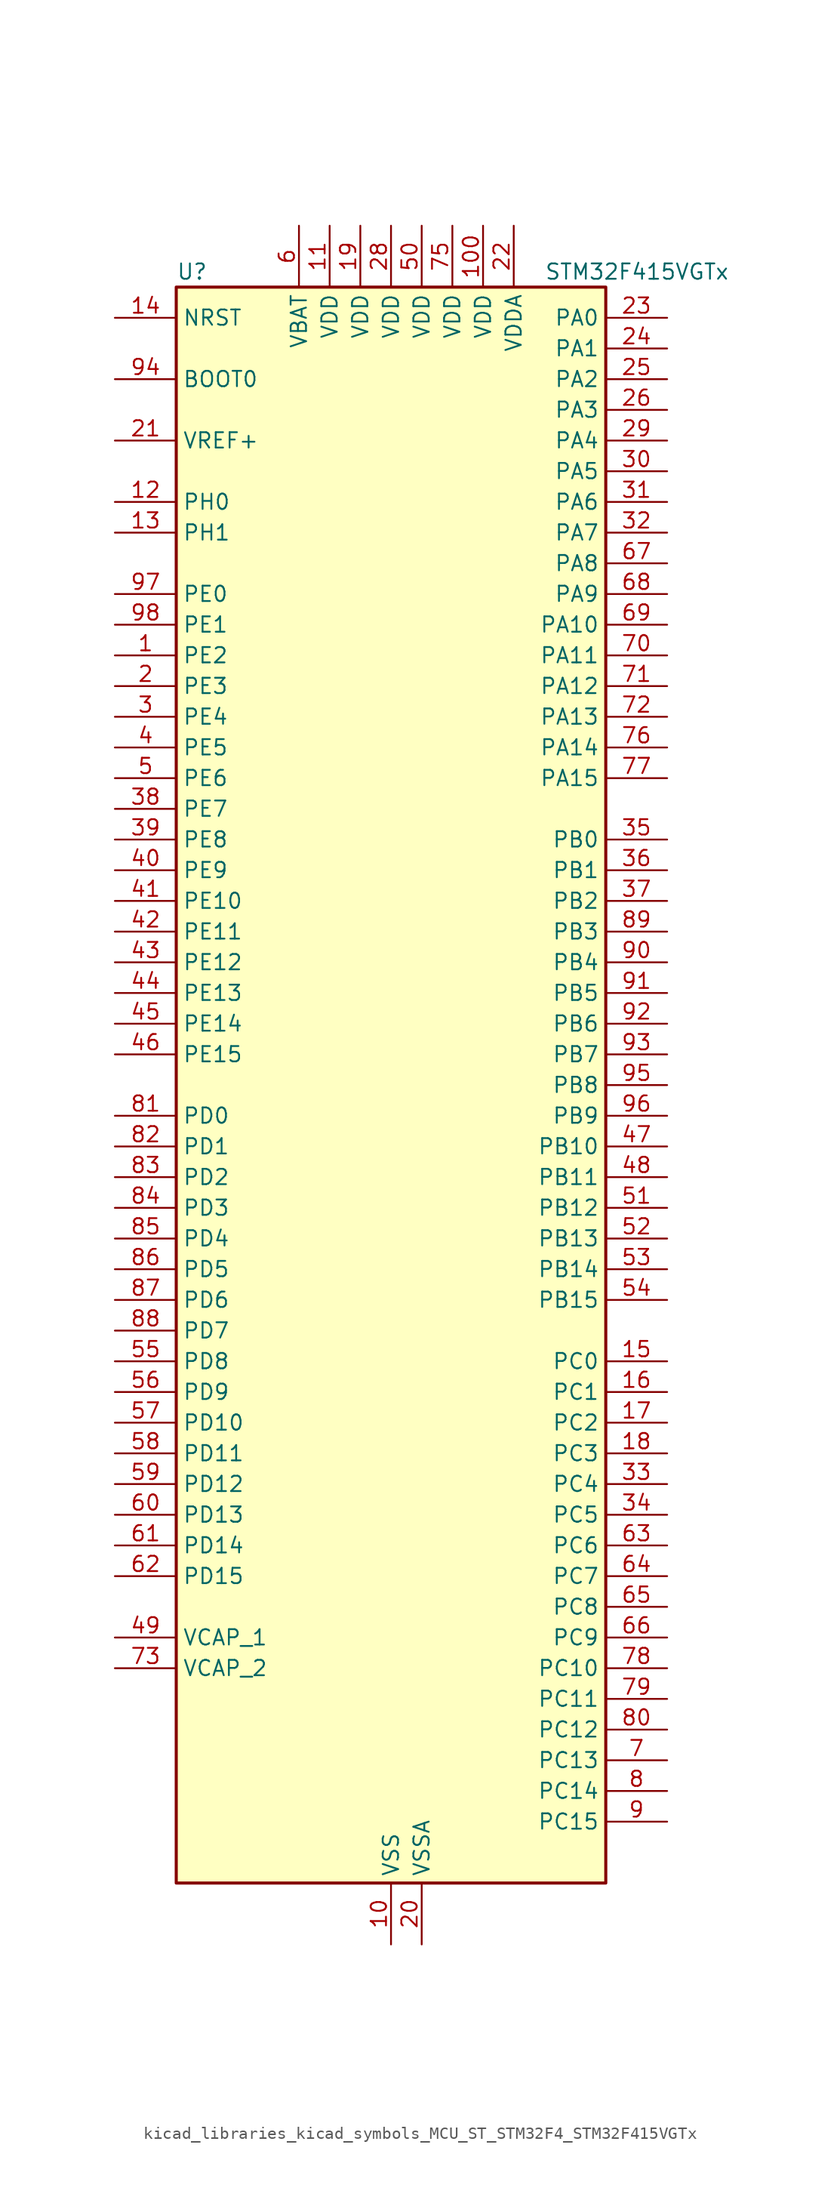
<source format=kicad_sym>
(kicad_symbol_lib
  (version 20220914)
  (generator kicad_symbol_editor)
  (symbol "kicad_libraries_kicad_symbols_MCU_ST_STM32F4_STM32F415VGTx"
    (property "Reference" "U"
      (at -17.78 67.31 0)
      (effects (font (size 1.27 1.27)) (justify left)))
    (property "Value" "STM32F415VGTx"
      (at 12.7 67.31 0)
      (effects (font (size 1.27 1.27)) (justify left)))
    (property "ki_locked" ""
      (at 0 0 0)
      (effects (font (size 1.27 1.27))))
    (symbol "kicad_libraries_kicad_symbols_MCU_ST_STM32F4_STM32F415VGTx_0_1"
      (rectangle (start -17.78 -66.04) (end 17.78 66.04) (stroke (width 0.254) (type default)) (fill (type background))))
    (symbol "kicad_libraries_kicad_symbols_MCU_ST_STM32F4_STM32F415VGTx_1_1"
      (pin bidirectional line (at -22.86 35.56 0) (length 5.08) (name "PE2" (effects (font (size 1.27 1.27)))) (number "1" (effects (font (size 1.27 1.27)))) (alternate "FSMC_A23" bidirectional line) (alternate "SYS_TRACECLK" bidirectional line))
      (pin power_in line (at 0 -71.12 90) (length 5.08) (name "VSS" (effects (font (size 1.27 1.27)))) (number "10" (effects (font (size 1.27 1.27)))))
      (pin power_in line (at 7.62 71.12 270) (length 5.08) (name "VDD" (effects (font (size 1.27 1.27)))) (number "100" (effects (font (size 1.27 1.27)))))
      (pin power_in line (at -5.08 71.12 270) (length 5.08) (name "VDD" (effects (font (size 1.27 1.27)))) (number "11" (effects (font (size 1.27 1.27)))))
      (pin bidirectional line (at -22.86 48.26 0) (length 5.08) (name "PH0" (effects (font (size 1.27 1.27)))) (number "12" (effects (font (size 1.27 1.27)))) (alternate "RCC_OSC_IN" bidirectional line))
      (pin bidirectional line (at -22.86 45.72 0) (length 5.08) (name "PH1" (effects (font (size 1.27 1.27)))) (number "13" (effects (font (size 1.27 1.27)))) (alternate "RCC_OSC_OUT" bidirectional line))
      (pin input line (at -22.86 63.5 0) (length 5.08) (name "NRST" (effects (font (size 1.27 1.27)))) (number "14" (effects (font (size 1.27 1.27)))))
      (pin bidirectional line (at 22.86 -22.86 180) (length 5.08) (name "PC0" (effects (font (size 1.27 1.27)))) (number "15" (effects (font (size 1.27 1.27)))) (alternate "ADC1_IN10" bidirectional line) (alternate "ADC2_IN10" bidirectional line) (alternate "ADC3_IN10" bidirectional line) (alternate "USB_OTG_HS_ULPI_STP" bidirectional line))
      (pin bidirectional line (at 22.86 -25.4 180) (length 5.08) (name "PC1" (effects (font (size 1.27 1.27)))) (number "16" (effects (font (size 1.27 1.27)))) (alternate "ADC1_IN11" bidirectional line) (alternate "ADC2_IN11" bidirectional line) (alternate "ADC3_IN11" bidirectional line))
      (pin bidirectional line (at 22.86 -27.94 180) (length 5.08) (name "PC2" (effects (font (size 1.27 1.27)))) (number "17" (effects (font (size 1.27 1.27)))) (alternate "ADC1_IN12" bidirectional line) (alternate "ADC2_IN12" bidirectional line) (alternate "ADC3_IN12" bidirectional line) (alternate "I2S2_ext_SD" bidirectional line) (alternate "SPI2_MISO" bidirectional line) (alternate "USB_OTG_HS_ULPI_DIR" bidirectional line))
      (pin bidirectional line (at 22.86 -30.48 180) (length 5.08) (name "PC3" (effects (font (size 1.27 1.27)))) (number "18" (effects (font (size 1.27 1.27)))) (alternate "ADC1_IN13" bidirectional line) (alternate "ADC2_IN13" bidirectional line) (alternate "ADC3_IN13" bidirectional line) (alternate "I2S2_SD" bidirectional line) (alternate "SPI2_MOSI" bidirectional line) (alternate "USB_OTG_HS_ULPI_NXT" bidirectional line))
      (pin power_in line (at -2.54 71.12 270) (length 5.08) (name "VDD" (effects (font (size 1.27 1.27)))) (number "19" (effects (font (size 1.27 1.27)))))
      (pin bidirectional line (at -22.86 33.02 0) (length 5.08) (name "PE3" (effects (font (size 1.27 1.27)))) (number "2" (effects (font (size 1.27 1.27)))) (alternate "FSMC_A19" bidirectional line) (alternate "SYS_TRACED0" bidirectional line))
      (pin power_in line (at 2.54 -71.12 90) (length 5.08) (name "VSSA" (effects (font (size 1.27 1.27)))) (number "20" (effects (font (size 1.27 1.27)))))
      (pin input line (at -22.86 53.34 0) (length 5.08) (name "VREF+" (effects (font (size 1.27 1.27)))) (number "21" (effects (font (size 1.27 1.27)))))
      (pin power_in line (at 10.16 71.12 270) (length 5.08) (name "VDDA" (effects (font (size 1.27 1.27)))) (number "22" (effects (font (size 1.27 1.27)))))
      (pin bidirectional line (at 22.86 63.5 180) (length 5.08) (name "PA0" (effects (font (size 1.27 1.27)))) (number "23" (effects (font (size 1.27 1.27)))) (alternate "ADC1_IN0" bidirectional line) (alternate "ADC2_IN0" bidirectional line) (alternate "ADC3_IN0" bidirectional line) (alternate "SYS_WKUP" bidirectional line) (alternate "TIM2_CH1" bidirectional line) (alternate "TIM2_ETR" bidirectional line) (alternate "TIM5_CH1" bidirectional line) (alternate "TIM8_ETR" bidirectional line) (alternate "UART4_TX" bidirectional line) (alternate "USART2_CTS" bidirectional line))
      (pin bidirectional line (at 22.86 60.96 180) (length 5.08) (name "PA1" (effects (font (size 1.27 1.27)))) (number "24" (effects (font (size 1.27 1.27)))) (alternate "ADC1_IN1" bidirectional line) (alternate "ADC2_IN1" bidirectional line) (alternate "ADC3_IN1" bidirectional line) (alternate "TIM2_CH2" bidirectional line) (alternate "TIM5_CH2" bidirectional line) (alternate "UART4_RX" bidirectional line) (alternate "USART2_RTS" bidirectional line))
      (pin bidirectional line (at 22.86 58.42 180) (length 5.08) (name "PA2" (effects (font (size 1.27 1.27)))) (number "25" (effects (font (size 1.27 1.27)))) (alternate "ADC1_IN2" bidirectional line) (alternate "ADC2_IN2" bidirectional line) (alternate "ADC3_IN2" bidirectional line) (alternate "TIM2_CH3" bidirectional line) (alternate "TIM5_CH3" bidirectional line) (alternate "TIM9_CH1" bidirectional line) (alternate "USART2_TX" bidirectional line))
      (pin bidirectional line (at 22.86 55.88 180) (length 5.08) (name "PA3" (effects (font (size 1.27 1.27)))) (number "26" (effects (font (size 1.27 1.27)))) (alternate "ADC1_IN3" bidirectional line) (alternate "ADC2_IN3" bidirectional line) (alternate "ADC3_IN3" bidirectional line) (alternate "TIM2_CH4" bidirectional line) (alternate "TIM5_CH4" bidirectional line) (alternate "TIM9_CH2" bidirectional line) (alternate "USART2_RX" bidirectional line) (alternate "USB_OTG_HS_ULPI_D0" bidirectional line))
      (pin passive line (at 0 -71.12 90) (length 5.08) hide (name "VSS" (effects (font (size 1.27 1.27)))) (number "27" (effects (font (size 1.27 1.27)))))
      (pin power_in line (at 0 71.12 270) (length 5.08) (name "VDD" (effects (font (size 1.27 1.27)))) (number "28" (effects (font (size 1.27 1.27)))))
      (pin bidirectional line (at 22.86 53.34 180) (length 5.08) (name "PA4" (effects (font (size 1.27 1.27)))) (number "29" (effects (font (size 1.27 1.27)))) (alternate "ADC1_IN4" bidirectional line) (alternate "ADC2_IN4" bidirectional line) (alternate "DAC_OUT1" bidirectional line) (alternate "I2S3_WS" bidirectional line) (alternate "SPI1_NSS" bidirectional line) (alternate "SPI3_NSS" bidirectional line) (alternate "USART2_CK" bidirectional line) (alternate "USB_OTG_HS_SOF" bidirectional line))
      (pin bidirectional line (at -22.86 30.48 0) (length 5.08) (name "PE4" (effects (font (size 1.27 1.27)))) (number "3" (effects (font (size 1.27 1.27)))) (alternate "FSMC_A20" bidirectional line) (alternate "SYS_TRACED1" bidirectional line))
      (pin bidirectional line (at 22.86 50.8 180) (length 5.08) (name "PA5" (effects (font (size 1.27 1.27)))) (number "30" (effects (font (size 1.27 1.27)))) (alternate "ADC1_IN5" bidirectional line) (alternate "ADC2_IN5" bidirectional line) (alternate "DAC_OUT2" bidirectional line) (alternate "SPI1_SCK" bidirectional line) (alternate "TIM2_CH1" bidirectional line) (alternate "TIM2_ETR" bidirectional line) (alternate "TIM8_CH1N" bidirectional line) (alternate "USB_OTG_HS_ULPI_CK" bidirectional line))
      (pin bidirectional line (at 22.86 48.26 180) (length 5.08) (name "PA6" (effects (font (size 1.27 1.27)))) (number "31" (effects (font (size 1.27 1.27)))) (alternate "ADC1_IN6" bidirectional line) (alternate "ADC2_IN6" bidirectional line) (alternate "SPI1_MISO" bidirectional line) (alternate "TIM13_CH1" bidirectional line) (alternate "TIM1_BKIN" bidirectional line) (alternate "TIM3_CH1" bidirectional line) (alternate "TIM8_BKIN" bidirectional line))
      (pin bidirectional line (at 22.86 45.72 180) (length 5.08) (name "PA7" (effects (font (size 1.27 1.27)))) (number "32" (effects (font (size 1.27 1.27)))) (alternate "ADC1_IN7" bidirectional line) (alternate "ADC2_IN7" bidirectional line) (alternate "SPI1_MOSI" bidirectional line) (alternate "TIM14_CH1" bidirectional line) (alternate "TIM1_CH1N" bidirectional line) (alternate "TIM3_CH2" bidirectional line) (alternate "TIM8_CH1N" bidirectional line))
      (pin bidirectional line (at 22.86 -33.02 180) (length 5.08) (name "PC4" (effects (font (size 1.27 1.27)))) (number "33" (effects (font (size 1.27 1.27)))) (alternate "ADC1_IN14" bidirectional line) (alternate "ADC2_IN14" bidirectional line))
      (pin bidirectional line (at 22.86 -35.56 180) (length 5.08) (name "PC5" (effects (font (size 1.27 1.27)))) (number "34" (effects (font (size 1.27 1.27)))) (alternate "ADC1_IN15" bidirectional line) (alternate "ADC2_IN15" bidirectional line))
      (pin bidirectional line (at 22.86 20.32 180) (length 5.08) (name "PB0" (effects (font (size 1.27 1.27)))) (number "35" (effects (font (size 1.27 1.27)))) (alternate "ADC1_IN8" bidirectional line) (alternate "ADC2_IN8" bidirectional line) (alternate "TIM1_CH2N" bidirectional line) (alternate "TIM3_CH3" bidirectional line) (alternate "TIM8_CH2N" bidirectional line) (alternate "USB_OTG_HS_ULPI_D1" bidirectional line))
      (pin bidirectional line (at 22.86 17.78 180) (length 5.08) (name "PB1" (effects (font (size 1.27 1.27)))) (number "36" (effects (font (size 1.27 1.27)))) (alternate "ADC1_IN9" bidirectional line) (alternate "ADC2_IN9" bidirectional line) (alternate "TIM1_CH3N" bidirectional line) (alternate "TIM3_CH4" bidirectional line) (alternate "TIM8_CH3N" bidirectional line) (alternate "USB_OTG_HS_ULPI_D2" bidirectional line))
      (pin bidirectional line (at 22.86 15.24 180) (length 5.08) (name "PB2" (effects (font (size 1.27 1.27)))) (number "37" (effects (font (size 1.27 1.27)))))
      (pin bidirectional line (at -22.86 22.86 0) (length 5.08) (name "PE7" (effects (font (size 1.27 1.27)))) (number "38" (effects (font (size 1.27 1.27)))) (alternate "FSMC_D4" bidirectional line) (alternate "FSMC_DA4" bidirectional line) (alternate "TIM1_ETR" bidirectional line))
      (pin bidirectional line (at -22.86 20.32 0) (length 5.08) (name "PE8" (effects (font (size 1.27 1.27)))) (number "39" (effects (font (size 1.27 1.27)))) (alternate "FSMC_D5" bidirectional line) (alternate "FSMC_DA5" bidirectional line) (alternate "TIM1_CH1N" bidirectional line))
      (pin bidirectional line (at -22.86 27.94 0) (length 5.08) (name "PE5" (effects (font (size 1.27 1.27)))) (number "4" (effects (font (size 1.27 1.27)))) (alternate "FSMC_A21" bidirectional line) (alternate "SYS_TRACED2" bidirectional line) (alternate "TIM9_CH1" bidirectional line))
      (pin bidirectional line (at -22.86 17.78 0) (length 5.08) (name "PE9" (effects (font (size 1.27 1.27)))) (number "40" (effects (font (size 1.27 1.27)))) (alternate "DAC_EXTI9" bidirectional line) (alternate "FSMC_D6" bidirectional line) (alternate "FSMC_DA6" bidirectional line) (alternate "TIM1_CH1" bidirectional line))
      (pin bidirectional line (at -22.86 15.24 0) (length 5.08) (name "PE10" (effects (font (size 1.27 1.27)))) (number "41" (effects (font (size 1.27 1.27)))) (alternate "FSMC_D7" bidirectional line) (alternate "FSMC_DA7" bidirectional line) (alternate "TIM1_CH2N" bidirectional line))
      (pin bidirectional line (at -22.86 12.7 0) (length 5.08) (name "PE11" (effects (font (size 1.27 1.27)))) (number "42" (effects (font (size 1.27 1.27)))) (alternate "ADC1_EXTI11" bidirectional line) (alternate "ADC2_EXTI11" bidirectional line) (alternate "ADC3_EXTI11" bidirectional line) (alternate "FSMC_D8" bidirectional line) (alternate "FSMC_DA8" bidirectional line) (alternate "TIM1_CH2" bidirectional line))
      (pin bidirectional line (at -22.86 10.16 0) (length 5.08) (name "PE12" (effects (font (size 1.27 1.27)))) (number "43" (effects (font (size 1.27 1.27)))) (alternate "FSMC_D9" bidirectional line) (alternate "FSMC_DA9" bidirectional line) (alternate "TIM1_CH3N" bidirectional line))
      (pin bidirectional line (at -22.86 7.62 0) (length 5.08) (name "PE13" (effects (font (size 1.27 1.27)))) (number "44" (effects (font (size 1.27 1.27)))) (alternate "FSMC_D10" bidirectional line) (alternate "FSMC_DA10" bidirectional line) (alternate "TIM1_CH3" bidirectional line))
      (pin bidirectional line (at -22.86 5.08 0) (length 5.08) (name "PE14" (effects (font (size 1.27 1.27)))) (number "45" (effects (font (size 1.27 1.27)))) (alternate "FSMC_D11" bidirectional line) (alternate "FSMC_DA11" bidirectional line) (alternate "TIM1_CH4" bidirectional line))
      (pin bidirectional line (at -22.86 2.54 0) (length 5.08) (name "PE15" (effects (font (size 1.27 1.27)))) (number "46" (effects (font (size 1.27 1.27)))) (alternate "ADC1_EXTI15" bidirectional line) (alternate "ADC2_EXTI15" bidirectional line) (alternate "ADC3_EXTI15" bidirectional line) (alternate "FSMC_D12" bidirectional line) (alternate "FSMC_DA12" bidirectional line) (alternate "TIM1_BKIN" bidirectional line))
      (pin bidirectional line (at 22.86 -5.08 180) (length 5.08) (name "PB10" (effects (font (size 1.27 1.27)))) (number "47" (effects (font (size 1.27 1.27)))) (alternate "I2C2_SCL" bidirectional line) (alternate "I2S2_CK" bidirectional line) (alternate "SPI2_SCK" bidirectional line) (alternate "TIM2_CH3" bidirectional line) (alternate "USART3_TX" bidirectional line) (alternate "USB_OTG_HS_ULPI_D3" bidirectional line))
      (pin bidirectional line (at 22.86 -7.62 180) (length 5.08) (name "PB11" (effects (font (size 1.27 1.27)))) (number "48" (effects (font (size 1.27 1.27)))) (alternate "ADC1_EXTI11" bidirectional line) (alternate "ADC2_EXTI11" bidirectional line) (alternate "ADC3_EXTI11" bidirectional line) (alternate "I2C2_SDA" bidirectional line) (alternate "TIM2_CH4" bidirectional line) (alternate "USART3_RX" bidirectional line) (alternate "USB_OTG_HS_ULPI_D4" bidirectional line))
      (pin power_out line (at -22.86 -45.72 0) (length 5.08) (name "VCAP_1" (effects (font (size 1.27 1.27)))) (number "49" (effects (font (size 1.27 1.27)))))
      (pin bidirectional line (at -22.86 25.4 0) (length 5.08) (name "PE6" (effects (font (size 1.27 1.27)))) (number "5" (effects (font (size 1.27 1.27)))) (alternate "FSMC_A22" bidirectional line) (alternate "SYS_TRACED3" bidirectional line) (alternate "TIM9_CH2" bidirectional line))
      (pin power_in line (at 2.54 71.12 270) (length 5.08) (name "VDD" (effects (font (size 1.27 1.27)))) (number "50" (effects (font (size 1.27 1.27)))))
      (pin bidirectional line (at 22.86 -10.16 180) (length 5.08) (name "PB12" (effects (font (size 1.27 1.27)))) (number "51" (effects (font (size 1.27 1.27)))) (alternate "CAN2_RX" bidirectional line) (alternate "I2C2_SMBA" bidirectional line) (alternate "I2S2_WS" bidirectional line) (alternate "SPI2_NSS" bidirectional line) (alternate "TIM1_BKIN" bidirectional line) (alternate "USART3_CK" bidirectional line) (alternate "USB_OTG_HS_ID" bidirectional line) (alternate "USB_OTG_HS_ULPI_D5" bidirectional line))
      (pin bidirectional line (at 22.86 -12.7 180) (length 5.08) (name "PB13" (effects (font (size 1.27 1.27)))) (number "52" (effects (font (size 1.27 1.27)))) (alternate "CAN2_TX" bidirectional line) (alternate "I2S2_CK" bidirectional line) (alternate "SPI2_SCK" bidirectional line) (alternate "TIM1_CH1N" bidirectional line) (alternate "USART3_CTS" bidirectional line) (alternate "USB_OTG_HS_ULPI_D6" bidirectional line) (alternate "USB_OTG_HS_VBUS" bidirectional line))
      (pin bidirectional line (at 22.86 -15.24 180) (length 5.08) (name "PB14" (effects (font (size 1.27 1.27)))) (number "53" (effects (font (size 1.27 1.27)))) (alternate "I2S2_ext_SD" bidirectional line) (alternate "SPI2_MISO" bidirectional line) (alternate "TIM12_CH1" bidirectional line) (alternate "TIM1_CH2N" bidirectional line) (alternate "TIM8_CH2N" bidirectional line) (alternate "USART3_RTS" bidirectional line) (alternate "USB_OTG_HS_DM" bidirectional line))
      (pin bidirectional line (at 22.86 -17.78 180) (length 5.08) (name "PB15" (effects (font (size 1.27 1.27)))) (number "54" (effects (font (size 1.27 1.27)))) (alternate "ADC1_EXTI15" bidirectional line) (alternate "ADC2_EXTI15" bidirectional line) (alternate "ADC3_EXTI15" bidirectional line) (alternate "I2S2_SD" bidirectional line) (alternate "RTC_REFIN" bidirectional line) (alternate "SPI2_MOSI" bidirectional line) (alternate "TIM12_CH2" bidirectional line) (alternate "TIM1_CH3N" bidirectional line) (alternate "TIM8_CH3N" bidirectional line) (alternate "USB_OTG_HS_DP" bidirectional line))
      (pin bidirectional line (at -22.86 -22.86 0) (length 5.08) (name "PD8" (effects (font (size 1.27 1.27)))) (number "55" (effects (font (size 1.27 1.27)))) (alternate "FSMC_D13" bidirectional line) (alternate "FSMC_DA13" bidirectional line) (alternate "USART3_TX" bidirectional line))
      (pin bidirectional line (at -22.86 -25.4 0) (length 5.08) (name "PD9" (effects (font (size 1.27 1.27)))) (number "56" (effects (font (size 1.27 1.27)))) (alternate "DAC_EXTI9" bidirectional line) (alternate "FSMC_D14" bidirectional line) (alternate "FSMC_DA14" bidirectional line) (alternate "USART3_RX" bidirectional line))
      (pin bidirectional line (at -22.86 -27.94 0) (length 5.08) (name "PD10" (effects (font (size 1.27 1.27)))) (number "57" (effects (font (size 1.27 1.27)))) (alternate "FSMC_D15" bidirectional line) (alternate "FSMC_DA15" bidirectional line) (alternate "USART3_CK" bidirectional line))
      (pin bidirectional line (at -22.86 -30.48 0) (length 5.08) (name "PD11" (effects (font (size 1.27 1.27)))) (number "58" (effects (font (size 1.27 1.27)))) (alternate "ADC1_EXTI11" bidirectional line) (alternate "ADC2_EXTI11" bidirectional line) (alternate "ADC3_EXTI11" bidirectional line) (alternate "FSMC_A16" bidirectional line) (alternate "FSMC_CLE" bidirectional line) (alternate "USART3_CTS" bidirectional line))
      (pin bidirectional line (at -22.86 -33.02 0) (length 5.08) (name "PD12" (effects (font (size 1.27 1.27)))) (number "59" (effects (font (size 1.27 1.27)))) (alternate "FSMC_A17" bidirectional line) (alternate "FSMC_ALE" bidirectional line) (alternate "TIM4_CH1" bidirectional line) (alternate "USART3_RTS" bidirectional line))
      (pin power_in line (at -7.62 71.12 270) (length 5.08) (name "VBAT" (effects (font (size 1.27 1.27)))) (number "6" (effects (font (size 1.27 1.27)))))
      (pin bidirectional line (at -22.86 -35.56 0) (length 5.08) (name "PD13" (effects (font (size 1.27 1.27)))) (number "60" (effects (font (size 1.27 1.27)))) (alternate "FSMC_A18" bidirectional line) (alternate "TIM4_CH2" bidirectional line))
      (pin bidirectional line (at -22.86 -38.1 0) (length 5.08) (name "PD14" (effects (font (size 1.27 1.27)))) (number "61" (effects (font (size 1.27 1.27)))) (alternate "FSMC_D0" bidirectional line) (alternate "FSMC_DA0" bidirectional line) (alternate "TIM4_CH3" bidirectional line))
      (pin bidirectional line (at -22.86 -40.64 0) (length 5.08) (name "PD15" (effects (font (size 1.27 1.27)))) (number "62" (effects (font (size 1.27 1.27)))) (alternate "ADC1_EXTI15" bidirectional line) (alternate "ADC2_EXTI15" bidirectional line) (alternate "ADC3_EXTI15" bidirectional line) (alternate "FSMC_D1" bidirectional line) (alternate "FSMC_DA1" bidirectional line) (alternate "TIM4_CH4" bidirectional line))
      (pin bidirectional line (at 22.86 -38.1 180) (length 5.08) (name "PC6" (effects (font (size 1.27 1.27)))) (number "63" (effects (font (size 1.27 1.27)))) (alternate "I2S2_MCK" bidirectional line) (alternate "SDIO_D6" bidirectional line) (alternate "TIM3_CH1" bidirectional line) (alternate "TIM8_CH1" bidirectional line) (alternate "USART6_TX" bidirectional line))
      (pin bidirectional line (at 22.86 -40.64 180) (length 5.08) (name "PC7" (effects (font (size 1.27 1.27)))) (number "64" (effects (font (size 1.27 1.27)))) (alternate "I2S3_MCK" bidirectional line) (alternate "SDIO_D7" bidirectional line) (alternate "TIM3_CH2" bidirectional line) (alternate "TIM8_CH2" bidirectional line) (alternate "USART6_RX" bidirectional line))
      (pin bidirectional line (at 22.86 -43.18 180) (length 5.08) (name "PC8" (effects (font (size 1.27 1.27)))) (number "65" (effects (font (size 1.27 1.27)))) (alternate "SDIO_D0" bidirectional line) (alternate "TIM3_CH3" bidirectional line) (alternate "TIM8_CH3" bidirectional line) (alternate "USART6_CK" bidirectional line))
      (pin bidirectional line (at 22.86 -45.72 180) (length 5.08) (name "PC9" (effects (font (size 1.27 1.27)))) (number "66" (effects (font (size 1.27 1.27)))) (alternate "DAC_EXTI9" bidirectional line) (alternate "I2C3_SDA" bidirectional line) (alternate "I2S_CKIN" bidirectional line) (alternate "RCC_MCO_2" bidirectional line) (alternate "SDIO_D1" bidirectional line) (alternate "TIM3_CH4" bidirectional line) (alternate "TIM8_CH4" bidirectional line))
      (pin bidirectional line (at 22.86 43.18 180) (length 5.08) (name "PA8" (effects (font (size 1.27 1.27)))) (number "67" (effects (font (size 1.27 1.27)))) (alternate "I2C3_SCL" bidirectional line) (alternate "RCC_MCO_1" bidirectional line) (alternate "TIM1_CH1" bidirectional line) (alternate "USART1_CK" bidirectional line) (alternate "USB_OTG_FS_SOF" bidirectional line))
      (pin bidirectional line (at 22.86 40.64 180) (length 5.08) (name "PA9" (effects (font (size 1.27 1.27)))) (number "68" (effects (font (size 1.27 1.27)))) (alternate "DAC_EXTI9" bidirectional line) (alternate "I2C3_SMBA" bidirectional line) (alternate "TIM1_CH2" bidirectional line) (alternate "USART1_TX" bidirectional line) (alternate "USB_OTG_FS_VBUS" bidirectional line))
      (pin bidirectional line (at 22.86 38.1 180) (length 5.08) (name "PA10" (effects (font (size 1.27 1.27)))) (number "69" (effects (font (size 1.27 1.27)))) (alternate "TIM1_CH3" bidirectional line) (alternate "USART1_RX" bidirectional line) (alternate "USB_OTG_FS_ID" bidirectional line))
      (pin bidirectional line (at 22.86 -55.88 180) (length 5.08) (name "PC13" (effects (font (size 1.27 1.27)))) (number "7" (effects (font (size 1.27 1.27)))) (alternate "RTC_AF1" bidirectional line))
      (pin bidirectional line (at 22.86 35.56 180) (length 5.08) (name "PA11" (effects (font (size 1.27 1.27)))) (number "70" (effects (font (size 1.27 1.27)))) (alternate "ADC1_EXTI11" bidirectional line) (alternate "ADC2_EXTI11" bidirectional line) (alternate "ADC3_EXTI11" bidirectional line) (alternate "CAN1_RX" bidirectional line) (alternate "TIM1_CH4" bidirectional line) (alternate "USART1_CTS" bidirectional line) (alternate "USB_OTG_FS_DM" bidirectional line))
      (pin bidirectional line (at 22.86 33.02 180) (length 5.08) (name "PA12" (effects (font (size 1.27 1.27)))) (number "71" (effects (font (size 1.27 1.27)))) (alternate "CAN1_TX" bidirectional line) (alternate "TIM1_ETR" bidirectional line) (alternate "USART1_RTS" bidirectional line) (alternate "USB_OTG_FS_DP" bidirectional line))
      (pin bidirectional line (at 22.86 30.48 180) (length 5.08) (name "PA13" (effects (font (size 1.27 1.27)))) (number "72" (effects (font (size 1.27 1.27)))) (alternate "SYS_JTMS-SWDIO" bidirectional line))
      (pin power_out line (at -22.86 -48.26 0) (length 5.08) (name "VCAP_2" (effects (font (size 1.27 1.27)))) (number "73" (effects (font (size 1.27 1.27)))))
      (pin passive line (at 0 -71.12 90) (length 5.08) hide (name "VSS" (effects (font (size 1.27 1.27)))) (number "74" (effects (font (size 1.27 1.27)))))
      (pin power_in line (at 5.08 71.12 270) (length 5.08) (name "VDD" (effects (font (size 1.27 1.27)))) (number "75" (effects (font (size 1.27 1.27)))))
      (pin bidirectional line (at 22.86 27.94 180) (length 5.08) (name "PA14" (effects (font (size 1.27 1.27)))) (number "76" (effects (font (size 1.27 1.27)))) (alternate "SYS_JTCK-SWCLK" bidirectional line))
      (pin bidirectional line (at 22.86 25.4 180) (length 5.08) (name "PA15" (effects (font (size 1.27 1.27)))) (number "77" (effects (font (size 1.27 1.27)))) (alternate "ADC1_EXTI15" bidirectional line) (alternate "ADC2_EXTI15" bidirectional line) (alternate "ADC3_EXTI15" bidirectional line) (alternate "I2S3_WS" bidirectional line) (alternate "SPI1_NSS" bidirectional line) (alternate "SPI3_NSS" bidirectional line) (alternate "SYS_JTDI" bidirectional line) (alternate "TIM2_CH1" bidirectional line) (alternate "TIM2_ETR" bidirectional line))
      (pin bidirectional line (at 22.86 -48.26 180) (length 5.08) (name "PC10" (effects (font (size 1.27 1.27)))) (number "78" (effects (font (size 1.27 1.27)))) (alternate "I2S3_CK" bidirectional line) (alternate "SDIO_D2" bidirectional line) (alternate "SPI3_SCK" bidirectional line) (alternate "UART4_TX" bidirectional line) (alternate "USART3_TX" bidirectional line))
      (pin bidirectional line (at 22.86 -50.8 180) (length 5.08) (name "PC11" (effects (font (size 1.27 1.27)))) (number "79" (effects (font (size 1.27 1.27)))) (alternate "ADC1_EXTI11" bidirectional line) (alternate "ADC2_EXTI11" bidirectional line) (alternate "ADC3_EXTI11" bidirectional line) (alternate "I2S3_ext_SD" bidirectional line) (alternate "SDIO_D3" bidirectional line) (alternate "SPI3_MISO" bidirectional line) (alternate "UART4_RX" bidirectional line) (alternate "USART3_RX" bidirectional line))
      (pin bidirectional line (at 22.86 -58.42 180) (length 5.08) (name "PC14" (effects (font (size 1.27 1.27)))) (number "8" (effects (font (size 1.27 1.27)))) (alternate "RCC_OSC32_IN" bidirectional line))
      (pin bidirectional line (at 22.86 -53.34 180) (length 5.08) (name "PC12" (effects (font (size 1.27 1.27)))) (number "80" (effects (font (size 1.27 1.27)))) (alternate "I2S3_SD" bidirectional line) (alternate "SDIO_CK" bidirectional line) (alternate "SPI3_MOSI" bidirectional line) (alternate "UART5_TX" bidirectional line) (alternate "USART3_CK" bidirectional line))
      (pin bidirectional line (at -22.86 -2.54 0) (length 5.08) (name "PD0" (effects (font (size 1.27 1.27)))) (number "81" (effects (font (size 1.27 1.27)))) (alternate "CAN1_RX" bidirectional line) (alternate "FSMC_D2" bidirectional line) (alternate "FSMC_DA2" bidirectional line))
      (pin bidirectional line (at -22.86 -5.08 0) (length 5.08) (name "PD1" (effects (font (size 1.27 1.27)))) (number "82" (effects (font (size 1.27 1.27)))) (alternate "CAN1_TX" bidirectional line) (alternate "FSMC_D3" bidirectional line) (alternate "FSMC_DA3" bidirectional line))
      (pin bidirectional line (at -22.86 -7.62 0) (length 5.08) (name "PD2" (effects (font (size 1.27 1.27)))) (number "83" (effects (font (size 1.27 1.27)))) (alternate "SDIO_CMD" bidirectional line) (alternate "TIM3_ETR" bidirectional line) (alternate "UART5_RX" bidirectional line))
      (pin bidirectional line (at -22.86 -10.16 0) (length 5.08) (name "PD3" (effects (font (size 1.27 1.27)))) (number "84" (effects (font (size 1.27 1.27)))) (alternate "FSMC_CLK" bidirectional line) (alternate "USART2_CTS" bidirectional line))
      (pin bidirectional line (at -22.86 -12.7 0) (length 5.08) (name "PD4" (effects (font (size 1.27 1.27)))) (number "85" (effects (font (size 1.27 1.27)))) (alternate "FSMC_NOE" bidirectional line) (alternate "USART2_RTS" bidirectional line))
      (pin bidirectional line (at -22.86 -15.24 0) (length 5.08) (name "PD5" (effects (font (size 1.27 1.27)))) (number "86" (effects (font (size 1.27 1.27)))) (alternate "FSMC_NWE" bidirectional line) (alternate "USART2_TX" bidirectional line))
      (pin bidirectional line (at -22.86 -17.78 0) (length 5.08) (name "PD6" (effects (font (size 1.27 1.27)))) (number "87" (effects (font (size 1.27 1.27)))) (alternate "FSMC_NWAIT" bidirectional line) (alternate "USART2_RX" bidirectional line))
      (pin bidirectional line (at -22.86 -20.32 0) (length 5.08) (name "PD7" (effects (font (size 1.27 1.27)))) (number "88" (effects (font (size 1.27 1.27)))) (alternate "FSMC_NCE2" bidirectional line) (alternate "FSMC_NE1" bidirectional line) (alternate "USART2_CK" bidirectional line))
      (pin bidirectional line (at 22.86 12.7 180) (length 5.08) (name "PB3" (effects (font (size 1.27 1.27)))) (number "89" (effects (font (size 1.27 1.27)))) (alternate "I2S3_CK" bidirectional line) (alternate "SPI1_SCK" bidirectional line) (alternate "SPI3_SCK" bidirectional line) (alternate "SYS_JTDO-SWO" bidirectional line) (alternate "TIM2_CH2" bidirectional line))
      (pin bidirectional line (at 22.86 -60.96 180) (length 5.08) (name "PC15" (effects (font (size 1.27 1.27)))) (number "9" (effects (font (size 1.27 1.27)))) (alternate "ADC1_EXTI15" bidirectional line) (alternate "ADC2_EXTI15" bidirectional line) (alternate "ADC3_EXTI15" bidirectional line) (alternate "RCC_OSC32_OUT" bidirectional line))
      (pin bidirectional line (at 22.86 10.16 180) (length 5.08) (name "PB4" (effects (font (size 1.27 1.27)))) (number "90" (effects (font (size 1.27 1.27)))) (alternate "I2S3_ext_SD" bidirectional line) (alternate "SPI1_MISO" bidirectional line) (alternate "SPI3_MISO" bidirectional line) (alternate "SYS_JTRST" bidirectional line) (alternate "TIM3_CH1" bidirectional line))
      (pin bidirectional line (at 22.86 7.62 180) (length 5.08) (name "PB5" (effects (font (size 1.27 1.27)))) (number "91" (effects (font (size 1.27 1.27)))) (alternate "CAN2_RX" bidirectional line) (alternate "I2C1_SMBA" bidirectional line) (alternate "I2S3_SD" bidirectional line) (alternate "SPI1_MOSI" bidirectional line) (alternate "SPI3_MOSI" bidirectional line) (alternate "TIM3_CH2" bidirectional line) (alternate "USB_OTG_HS_ULPI_D7" bidirectional line))
      (pin bidirectional line (at 22.86 5.08 180) (length 5.08) (name "PB6" (effects (font (size 1.27 1.27)))) (number "92" (effects (font (size 1.27 1.27)))) (alternate "CAN2_TX" bidirectional line) (alternate "I2C1_SCL" bidirectional line) (alternate "TIM4_CH1" bidirectional line) (alternate "USART1_TX" bidirectional line))
      (pin bidirectional line (at 22.86 2.54 180) (length 5.08) (name "PB7" (effects (font (size 1.27 1.27)))) (number "93" (effects (font (size 1.27 1.27)))) (alternate "FSMC_NL" bidirectional line) (alternate "I2C1_SDA" bidirectional line) (alternate "TIM4_CH2" bidirectional line) (alternate "USART1_RX" bidirectional line))
      (pin input line (at -22.86 58.42 0) (length 5.08) (name "BOOT0" (effects (font (size 1.27 1.27)))) (number "94" (effects (font (size 1.27 1.27)))))
      (pin bidirectional line (at 22.86 0 180) (length 5.08) (name "PB8" (effects (font (size 1.27 1.27)))) (number "95" (effects (font (size 1.27 1.27)))) (alternate "CAN1_RX" bidirectional line) (alternate "I2C1_SCL" bidirectional line) (alternate "SDIO_D4" bidirectional line) (alternate "TIM10_CH1" bidirectional line) (alternate "TIM4_CH3" bidirectional line))
      (pin bidirectional line (at 22.86 -2.54 180) (length 5.08) (name "PB9" (effects (font (size 1.27 1.27)))) (number "96" (effects (font (size 1.27 1.27)))) (alternate "CAN1_TX" bidirectional line) (alternate "DAC_EXTI9" bidirectional line) (alternate "I2C1_SDA" bidirectional line) (alternate "I2S2_WS" bidirectional line) (alternate "SDIO_D5" bidirectional line) (alternate "SPI2_NSS" bidirectional line) (alternate "TIM11_CH1" bidirectional line) (alternate "TIM4_CH4" bidirectional line))
      (pin bidirectional line (at -22.86 40.64 0) (length 5.08) (name "PE0" (effects (font (size 1.27 1.27)))) (number "97" (effects (font (size 1.27 1.27)))) (alternate "FSMC_NBL0" bidirectional line) (alternate "TIM4_ETR" bidirectional line))
      (pin bidirectional line (at -22.86 38.1 0) (length 5.08) (name "PE1" (effects (font (size 1.27 1.27)))) (number "98" (effects (font (size 1.27 1.27)))) (alternate "FSMC_NBL1" bidirectional line))
      (pin passive line (at 0 -71.12 90) (length 5.08) hide (name "VSS" (effects (font (size 1.27 1.27)))) (number "99" (effects (font (size 1.27 1.27))))))))
</source>
